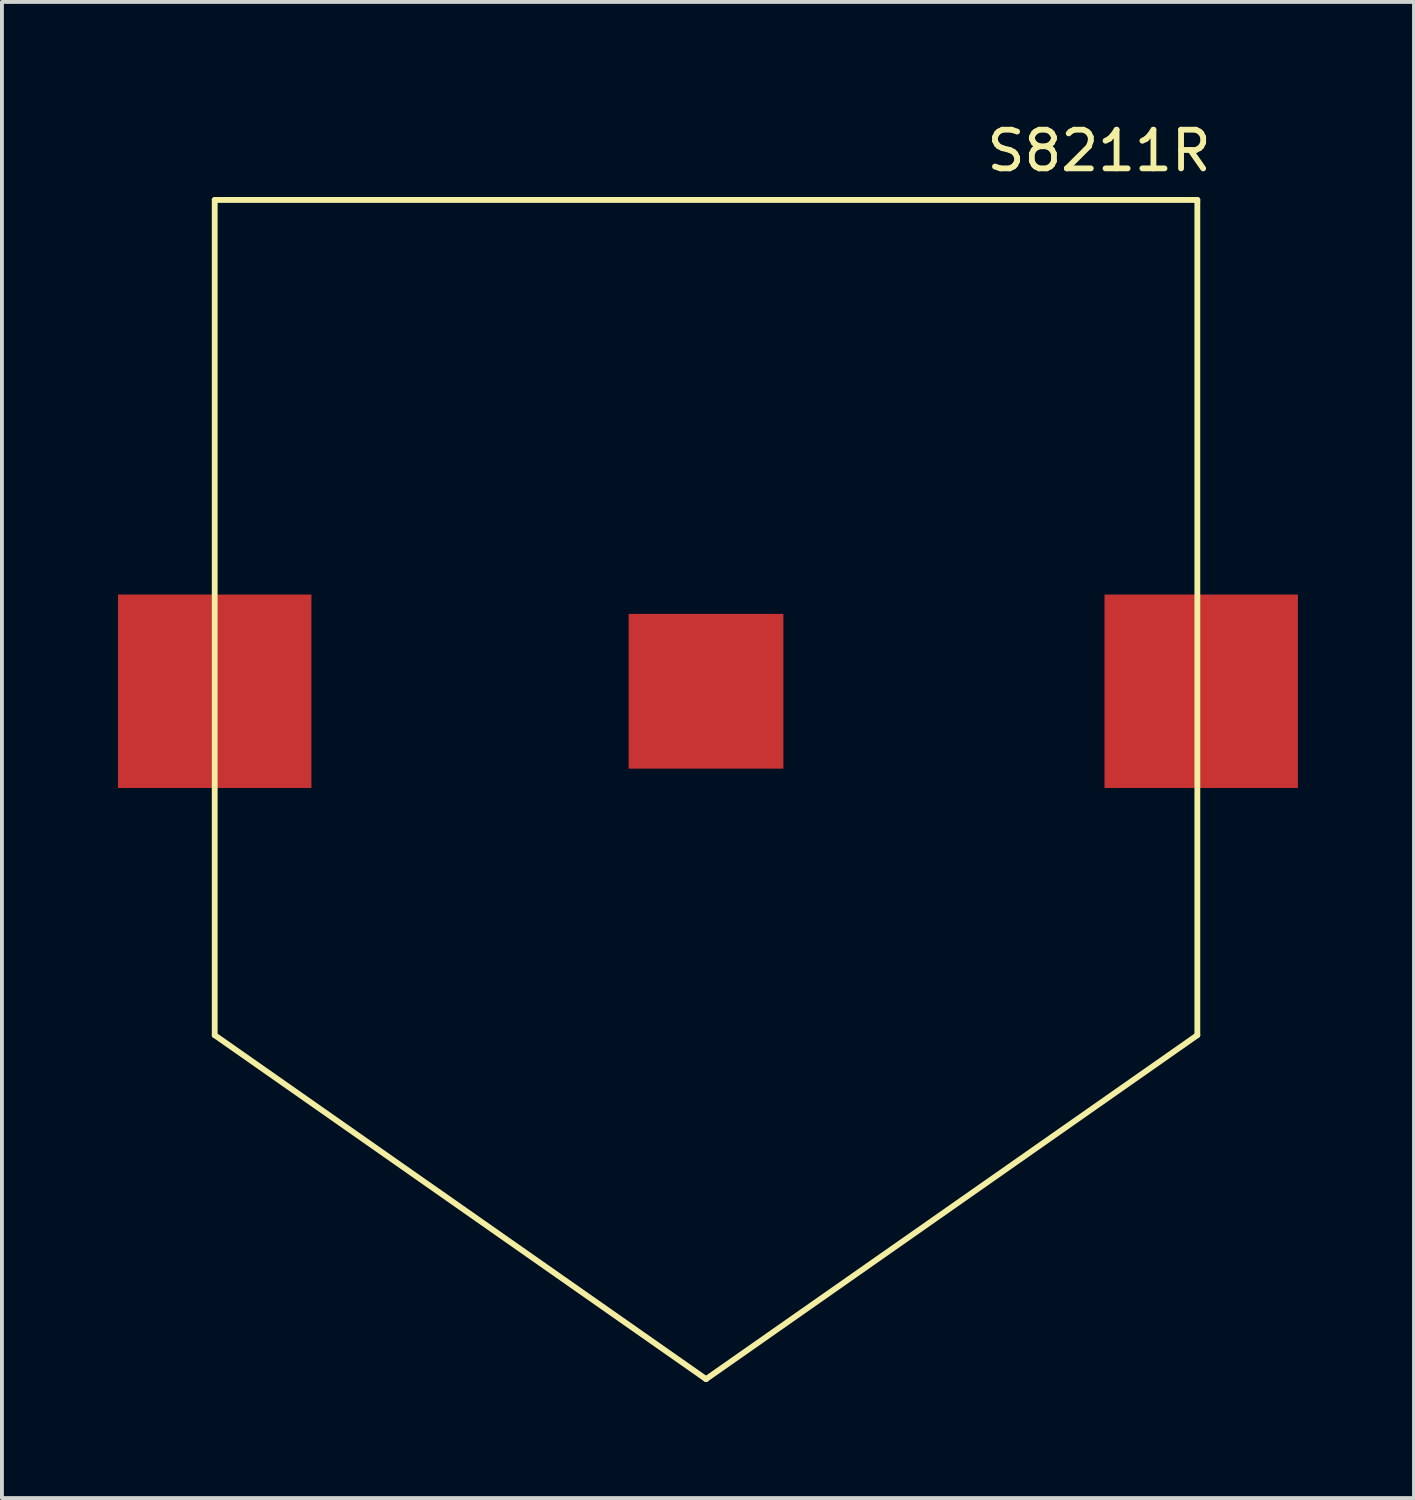
<source format=kicad_pcb>
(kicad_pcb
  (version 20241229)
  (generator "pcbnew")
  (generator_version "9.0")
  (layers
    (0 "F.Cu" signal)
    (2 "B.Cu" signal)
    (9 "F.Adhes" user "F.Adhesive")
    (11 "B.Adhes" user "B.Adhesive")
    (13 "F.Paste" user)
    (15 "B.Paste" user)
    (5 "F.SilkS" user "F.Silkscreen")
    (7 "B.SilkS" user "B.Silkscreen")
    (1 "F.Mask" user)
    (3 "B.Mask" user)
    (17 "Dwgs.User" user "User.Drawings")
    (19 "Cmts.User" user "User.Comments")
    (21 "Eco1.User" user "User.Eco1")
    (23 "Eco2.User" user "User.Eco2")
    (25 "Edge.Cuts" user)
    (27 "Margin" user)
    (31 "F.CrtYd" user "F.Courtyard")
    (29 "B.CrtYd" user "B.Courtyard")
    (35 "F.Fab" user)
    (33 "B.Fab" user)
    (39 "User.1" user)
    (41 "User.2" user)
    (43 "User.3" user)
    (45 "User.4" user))
  (footprint "S8211R"
    (layer "F.Cu")
    (at 15.2 14.818)
    (property "Reference" "S8211R" (at 10.16 -13.97 0) (layer "F.SilkS") (effects (font (size 1 1) (thickness 0.15))))
    (attr through_hole)
    (fp_line (start -12.7 -12.7) (end 12.7 -12.7) (stroke (width 0.15) (type solid)) (layer "F.SilkS"))
    (fp_line (start -12.7 8.89) (end -12.7 -12.7) (stroke (width 0.15) (type solid)) (layer "F.SilkS"))
    (fp_line (start -12.7 8.89) (end 0 17.78) (stroke (width 0.15) (type solid)) (layer "F.SilkS"))
    (fp_line (start 0 17.78) (end 12.7 8.89) (stroke (width 0.15) (type solid)) (layer "F.SilkS"))
    (fp_line (start 12.7 -12.7) (end 12.7 8.89) (stroke (width 0.15) (type solid)) (layer "F.SilkS"))
    (pad "1" smd rect (at -12.7 0) (size 5 5) (layers "F.Cu" "F.Mask" "F.Paste"))
    (pad "1" smd rect (at 12.8 0) (size 5 5) (layers "F.Cu" "F.Mask" "F.Paste"))
    (pad "2" smd rect (at 0 0) (size 4 4) (layers "F.Cu" "F.Mask" "F.Paste")))
  (gr_rect
    (start -3 -3)
    (end 33.5 35.673)
    (stroke (width 0.1) (type default))
    (fill no)
    (layer "Edge.Cuts")))
</source>
